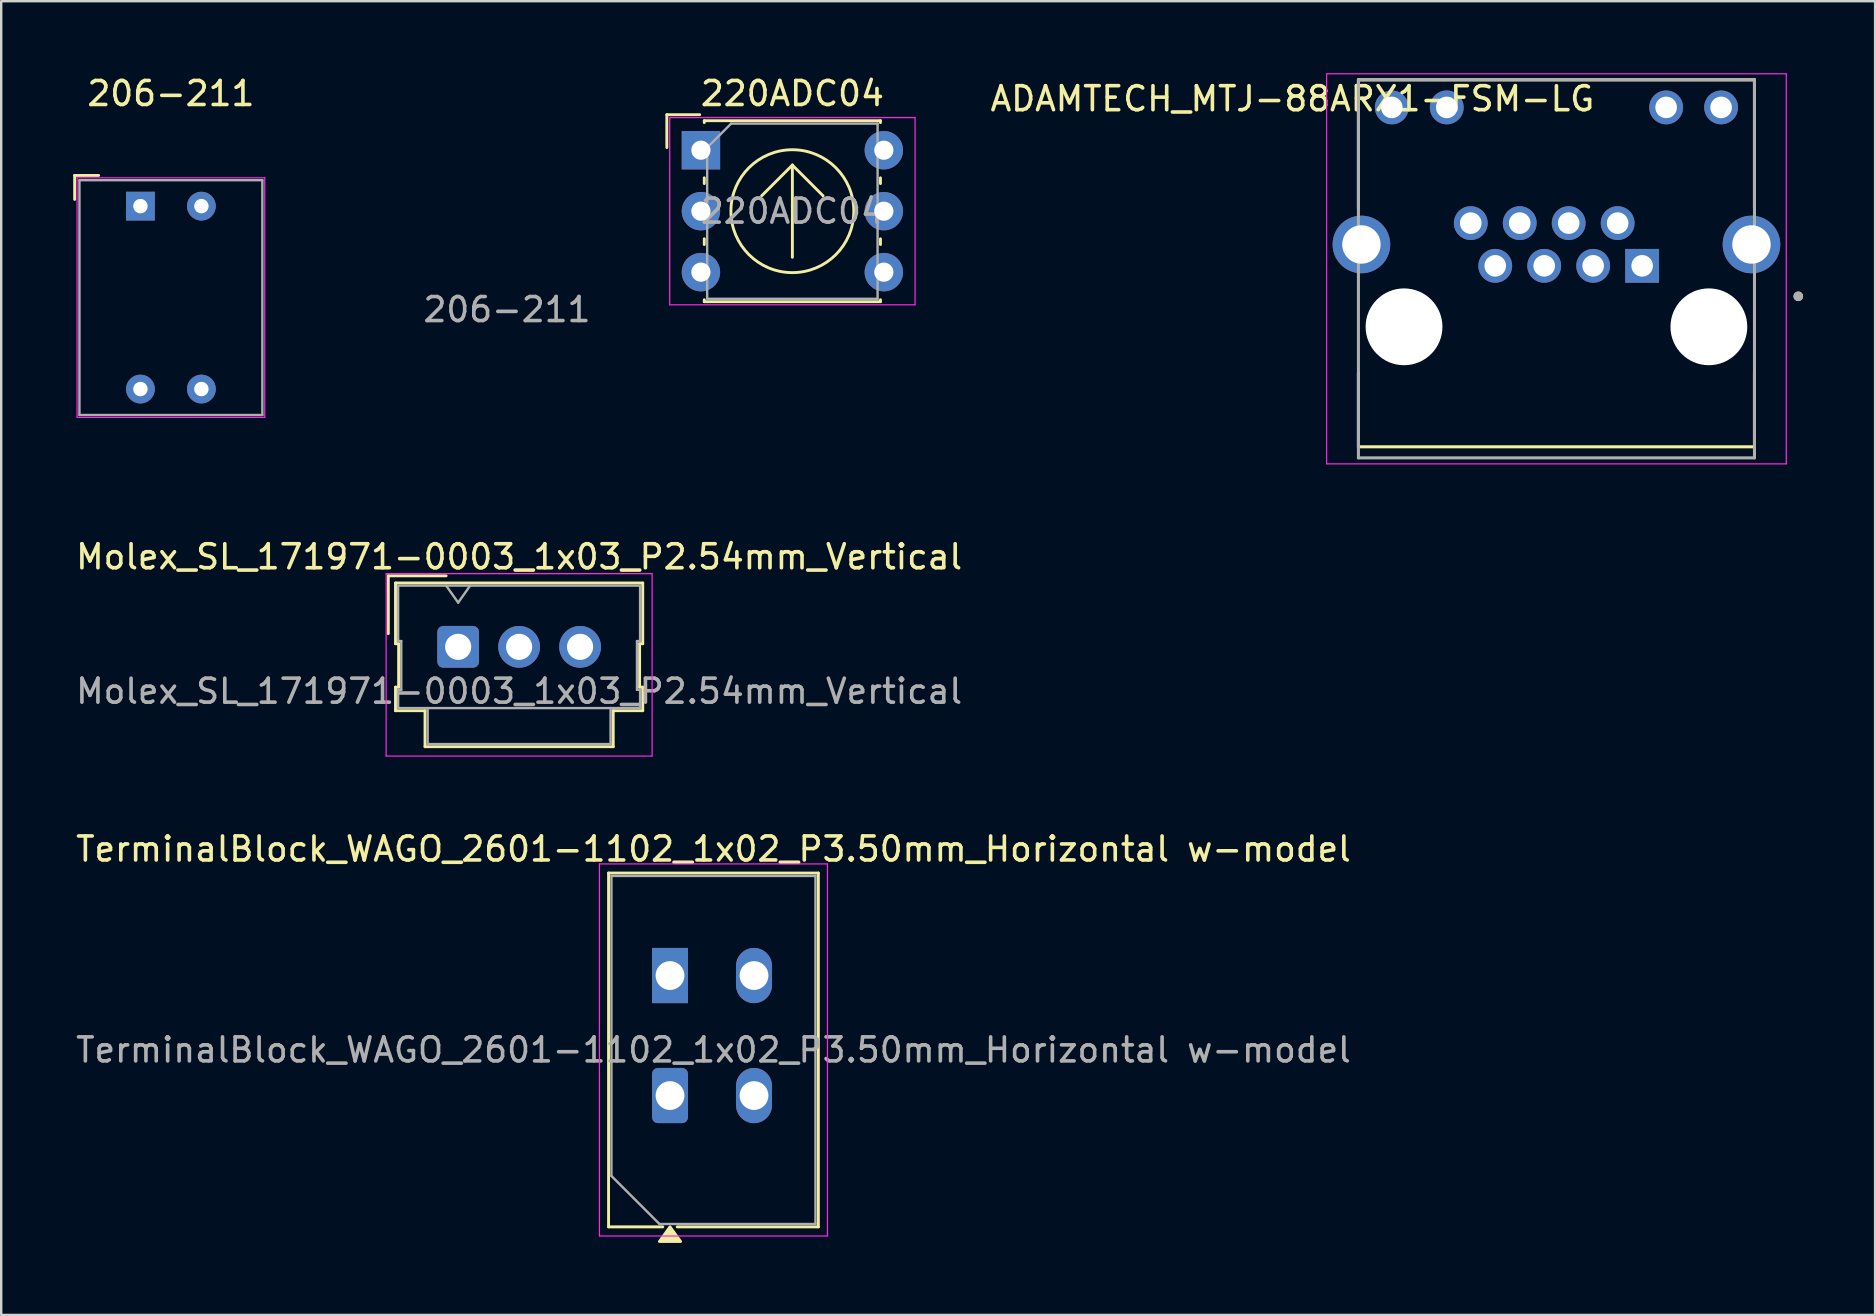
<source format=kicad_pcb>
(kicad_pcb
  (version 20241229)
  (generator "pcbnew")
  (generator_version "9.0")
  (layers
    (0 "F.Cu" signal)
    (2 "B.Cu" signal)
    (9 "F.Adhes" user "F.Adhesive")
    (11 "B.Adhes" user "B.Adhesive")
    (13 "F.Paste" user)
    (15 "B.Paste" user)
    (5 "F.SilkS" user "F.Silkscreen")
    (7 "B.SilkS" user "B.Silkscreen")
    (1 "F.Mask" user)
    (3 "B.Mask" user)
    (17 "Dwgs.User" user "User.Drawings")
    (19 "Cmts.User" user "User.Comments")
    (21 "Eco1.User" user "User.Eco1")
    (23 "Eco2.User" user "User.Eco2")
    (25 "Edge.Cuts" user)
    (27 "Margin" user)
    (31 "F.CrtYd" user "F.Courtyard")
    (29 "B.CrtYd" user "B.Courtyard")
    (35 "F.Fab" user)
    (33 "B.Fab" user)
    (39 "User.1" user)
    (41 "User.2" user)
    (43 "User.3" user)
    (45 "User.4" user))
  (footprint "206-211"
    (layer "F.Cu")
    (at 4.07 9.348)
    (property "Reference" "206-211" (at 0 -8.5 0) (layer "F.SilkS") (effects (font (size 1 1) (thickness 0.15))))
    (attr through_hole)
    (fp_line (start -4.01 -5.09) (end -4.01 -4.09) (stroke (width 0.12) (type solid)) (layer "F.SilkS"))
    (fp_line (start -4.01 -5.09) (end -3.01 -5.09) (stroke (width 0.12) (type solid)) (layer "F.SilkS"))
    (fp_line (start -3.91 -4.99) (end 3.91 -4.99) (stroke (width 0.05) (type solid)) (layer "F.CrtYd"))
    (fp_line (start -3.91 4.99) (end -3.91 -4.99) (stroke (width 0.05) (type solid)) (layer "F.CrtYd"))
    (fp_line (start -3.91 4.99) (end 3.91 4.99) (stroke (width 0.05) (type solid)) (layer "F.CrtYd"))
    (fp_line (start 3.91 4.99) (end 3.91 -4.99) (stroke (width 0.05) (type solid)) (layer "F.CrtYd"))
    (fp_line (start -3.81 -4.89) (end 3.81 -4.89) (stroke (width 0.1) (type solid)) (layer "F.Fab"))
    (fp_line (start -3.81 4.89) (end -3.81 -4.89) (stroke (width 0.1) (type solid)) (layer "F.Fab"))
    (fp_line (start -3.81 4.89) (end 3.81 4.89) (stroke (width 0.1) (type solid)) (layer "F.Fab"))
    (fp_line (start 3.81 4.89) (end 3.81 -4.89) (stroke (width 0.1) (type solid)) (layer "F.Fab"))
    (fp_text user "${REFERENCE}" (at 14 0.5 0) (layer "F.Fab") (effects (font (size 1 1) (thickness 0.15))))
    (pad "1" thru_hole rect (at -1.27 -3.81) (size 1.2 1.2) (drill 0.6) (layers "*.Cu" "*.Mask"))
    (pad "2" thru_hole circle (at -1.27 3.81) (size 1.2 1.2) (drill 0.6) (layers "*.Cu" "*.Mask"))
    (pad "3" thru_hole circle (at 1.27 -3.81) (size 1.2 1.2) (drill 0.6) (layers "*.Cu" "*.Mask"))
    (pad "4" thru_hole circle (at 1.27 3.81) (size 1.2 1.2) (drill 0.6) (layers "*.Cu" "*.Mask")))
  (footprint "ADAMTECH_MTJ-88ARX1-FSM-LG"
    (layer "F.Cu")
    (at 61.793 10.565)
    (property "Reference" "ADAMTECH_MTJ-88ARX1-FSM-LG" (at -11 -9.5 0) (layer "F.SilkS") (effects (font (size 1 1) (thickness 0.15))))
    (attr through_hole)
    (fp_line (start -8.25 -10.29) (end 8.25 -10.29) (stroke (width 0.127) (type solid)) (layer "F.SilkS"))
    (fp_line (start -8.25 -4.95) (end -8.25 -10.29) (stroke (width 0.127) (type solid)) (layer "F.SilkS"))
    (fp_line (start -8.25 5) (end -8.25 1.92) (stroke (width 0.127) (type solid)) (layer "F.SilkS"))
    (fp_line (start 8.25 -10.29) (end 8.25 -4.95) (stroke (width 0.127) (type solid)) (layer "F.SilkS"))
    (fp_line (start 8.25 5) (end -8.25 5) (stroke (width 0.127) (type solid)) (layer "F.SilkS"))
    (fp_line (start 8.25 5) (end 8.25 1.92) (stroke (width 0.127) (type solid)) (layer "F.SilkS"))
    (fp_circle (center 10.075 -1.27) (end 10.175 -1.27) (stroke (width 0.2) (type solid)) (fill no) (layer "F.SilkS"))
    (fp_line (start -9.575 -10.54) (end -9.575 5.71) (stroke (width 0.05) (type solid)) (layer "F.CrtYd"))
    (fp_line (start -9.575 5.71) (end 9.575 5.71) (stroke (width 0.05) (type solid)) (layer "F.CrtYd"))
    (fp_line (start 9.575 -10.54) (end -9.575 -10.54) (stroke (width 0.05) (type solid)) (layer "F.CrtYd"))
    (fp_line (start 9.575 5.71) (end 9.575 -10.54) (stroke (width 0.05) (type solid)) (layer "F.CrtYd"))
    (fp_line (start -8.25 -10.29) (end 8.25 -10.29) (stroke (width 0.127) (type solid)) (layer "F.Fab"))
    (fp_line (start -8.25 5.46) (end -8.25 -10.29) (stroke (width 0.127) (type solid)) (layer "F.Fab"))
    (fp_line (start 8.25 -10.29) (end 8.25 5.46) (stroke (width 0.127) (type solid)) (layer "F.Fab"))
    (fp_line (start 8.25 5.46) (end -8.25 5.46) (stroke (width 0.127) (type solid)) (layer "F.Fab"))
    (fp_circle (center 10.075 -1.27) (end 10.175 -1.27) (stroke (width 0.2) (type solid)) (fill no) (layer "F.Fab"))
    (pad "" np_thru_hole circle (at -6.35 0) (size 3.2 3.2) (drill 3.2) (layers "*.Cu" "*.Mask"))
    (pad "" np_thru_hole circle (at 6.35 0) (size 3.2 3.2) (drill 3.2) (layers "*.Cu" "*.Mask"))
    (pad "1" thru_hole rect (at 3.57 -2.54) (size 1.408 1.408) (drill 0.9) (layers "*.Cu" "*.Mask"))
    (pad "2" thru_hole circle (at 2.55 -4.32) (size 1.408 1.408) (drill 0.9) (layers "*.Cu" "*.Mask"))
    (pad "3" thru_hole circle (at 1.53 -2.54) (size 1.408 1.408) (drill 0.9) (layers "*.Cu" "*.Mask"))
    (pad "4" thru_hole circle (at 0.51 -4.32) (size 1.408 1.408) (drill 0.9) (layers "*.Cu" "*.Mask"))
    (pad "5" thru_hole circle (at -0.51 -2.54) (size 1.408 1.408) (drill 0.9) (layers "*.Cu" "*.Mask"))
    (pad "6" thru_hole circle (at -1.53 -4.32) (size 1.408 1.408) (drill 0.9) (layers "*.Cu" "*.Mask"))
    (pad "7" thru_hole circle (at -2.55 -2.54) (size 1.408 1.408) (drill 0.9) (layers "*.Cu" "*.Mask"))
    (pad "8" thru_hole circle (at -3.57 -4.32) (size 1.408 1.408) (drill 0.9) (layers "*.Cu" "*.Mask"))
    (pad "9" thru_hole circle (at 6.86 -9.14) (size 1.408 1.408) (drill 0.9) (layers "*.Cu" "*.Mask"))
    (pad "10" thru_hole circle (at 4.57 -9.14) (size 1.408 1.408) (drill 0.9) (layers "*.Cu" "*.Mask"))
    (pad "11" thru_hole circle (at -4.57 -9.14) (size 1.408 1.408) (drill 0.9) (layers "*.Cu" "*.Mask"))
    (pad "12" thru_hole circle (at -6.86 -9.14) (size 1.408 1.408) (drill 0.9) (layers "*.Cu" "*.Mask"))
    (pad "SH1" thru_hole circle (at -8.125 -3.43) (size 2.4 2.4) (drill 1.6) (layers "*.Cu" "*.Mask"))
    (pad "SH2" thru_hole circle (at 8.125 -3.43) (size 2.4 2.4) (drill 1.6) (layers "*.Cu" "*.Mask")))
  (footprint "Molex_SL_171971-0003_1x03_P2.54mm_Vertical"
    (layer "F.Cu")
    (at 16.037 23.898)
    (property "Reference" "Molex_SL_171971-0003_1x03_P2.54mm_Vertical" (at 2.54 -3.75 0) (layer "F.SilkS") (effects (font (size 1 1) (thickness 0.15))))
    (attr through_hole)
    (fp_line (start -2.91 -2.96) (end -0.5 -2.96) (stroke (width 0.12) (type solid)) (layer "F.SilkS"))
    (fp_line (start -2.91 -0.55) (end -2.91 -2.96) (stroke (width 0.12) (type solid)) (layer "F.SilkS"))
    (fp_line (start -2.61 -2.66) (end -2.61 -0.13) (stroke (width 0.12) (type solid)) (layer "F.SilkS"))
    (fp_line (start -2.61 -0.13) (end -2.48 -0.13) (stroke (width 0.12) (type solid)) (layer "F.SilkS"))
    (fp_line (start -2.61 1.68) (end -2.61 2.66) (stroke (width 0.12) (type solid)) (layer "F.SilkS"))
    (fp_line (start -2.61 2.66) (end -1.38 2.66) (stroke (width 0.12) (type solid)) (layer "F.SilkS"))
    (fp_line (start -2.48 -0.13) (end -2.48 1.68) (stroke (width 0.12) (type solid)) (layer "F.SilkS"))
    (fp_line (start -2.48 1.68) (end -2.61 1.68) (stroke (width 0.12) (type solid)) (layer "F.SilkS"))
    (fp_line (start -1.38 2.66) (end -1.38 4.16) (stroke (width 0.12) (type solid)) (layer "F.SilkS"))
    (fp_line (start -1.38 4.16) (end 6.46 4.16) (stroke (width 0.12) (type solid)) (layer "F.SilkS"))
    (fp_line (start 6.46 2.66) (end 7.69 2.66) (stroke (width 0.12) (type solid)) (layer "F.SilkS"))
    (fp_line (start 6.46 4.16) (end 6.46 2.66) (stroke (width 0.12) (type solid)) (layer "F.SilkS"))
    (fp_line (start 7.56 -0.13) (end 7.69 -0.13) (stroke (width 0.12) (type solid)) (layer "F.SilkS"))
    (fp_line (start 7.56 1.68) (end 7.56 -0.13) (stroke (width 0.12) (type solid)) (layer "F.SilkS"))
    (fp_line (start 7.69 -2.66) (end -2.61 -2.66) (stroke (width 0.12) (type solid)) (layer "F.SilkS"))
    (fp_line (start 7.69 -0.13) (end 7.69 -2.66) (stroke (width 0.12) (type solid)) (layer "F.SilkS"))
    (fp_line (start 7.69 1.68) (end 7.56 1.68) (stroke (width 0.12) (type solid)) (layer "F.SilkS"))
    (fp_line (start 7.69 2.66) (end 7.69 1.68) (stroke (width 0.12) (type solid)) (layer "F.SilkS"))
    (fp_line (start -3 -3.05) (end -3 4.55) (stroke (width 0.05) (type solid)) (layer "F.CrtYd"))
    (fp_line (start -3 4.55) (end 8.08 4.55) (stroke (width 0.05) (type solid)) (layer "F.CrtYd"))
    (fp_line (start 8.08 -3.05) (end -3 -3.05) (stroke (width 0.05) (type solid)) (layer "F.CrtYd"))
    (fp_line (start 8.08 4.55) (end 8.08 -3.05) (stroke (width 0.05) (type solid)) (layer "F.CrtYd"))
    (fp_line (start -2.5 -2.55) (end -2.5 -0.24) (stroke (width 0.1) (type solid)) (layer "F.Fab"))
    (fp_line (start -2.5 -0.24) (end -2.37 -0.24) (stroke (width 0.1) (type solid)) (layer "F.Fab"))
    (fp_line (start -2.5 1.79) (end -2.5 2.55) (stroke (width 0.1) (type solid)) (layer "F.Fab"))
    (fp_line (start -2.5 2.55) (end 7.58 2.55) (stroke (width 0.1) (type solid)) (layer "F.Fab"))
    (fp_line (start -2.37 -0.24) (end -2.37 1.79) (stroke (width 0.1) (type solid)) (layer "F.Fab"))
    (fp_line (start -2.37 1.79) (end -2.5 1.79) (stroke (width 0.1) (type solid)) (layer "F.Fab"))
    (fp_line (start -1.27 2.55) (end -1.27 4.05) (stroke (width 0.1) (type solid)) (layer "F.Fab"))
    (fp_line (start -1.27 4.05) (end 6.35 4.05) (stroke (width 0.1) (type solid)) (layer "F.Fab"))
    (fp_line (start 0 -1.843) (end -0.5 -2.55) (stroke (width 0.1) (type solid)) (layer "F.Fab"))
    (fp_line (start 0.5 -2.55) (end 0 -1.843) (stroke (width 0.1) (type solid)) (layer "F.Fab"))
    (fp_line (start 6.35 4.05) (end 6.35 2.55) (stroke (width 0.1) (type solid)) (layer "F.Fab"))
    (fp_line (start 7.45 -0.24) (end 7.58 -0.24) (stroke (width 0.1) (type solid)) (layer "F.Fab"))
    (fp_line (start 7.45 1.79) (end 7.45 -0.24) (stroke (width 0.1) (type solid)) (layer "F.Fab"))
    (fp_line (start 7.58 -2.55) (end -2.5 -2.55) (stroke (width 0.1) (type solid)) (layer "F.Fab"))
    (fp_line (start 7.58 -0.24) (end 7.58 -2.55) (stroke (width 0.1) (type solid)) (layer "F.Fab"))
    (fp_line (start 7.58 1.79) (end 7.45 1.79) (stroke (width 0.1) (type solid)) (layer "F.Fab"))
    (fp_line (start 7.58 2.55) (end 7.58 1.79) (stroke (width 0.1) (type solid)) (layer "F.Fab"))
    (fp_text user "${REFERENCE}" (at 2.54 1.85 0) (layer "F.Fab") (effects (font (size 1 1) (thickness 0.15))))
    (pad "1" thru_hole roundrect (at 0 0) (size 1.74 1.74) (drill 1.09) (layers "*.Cu" "*.Mask") (roundrect_rratio 0.144))
    (pad "2" thru_hole circle (at 2.54 0) (size 1.74 1.74) (drill 1.09) (layers "*.Cu" "*.Mask"))
    (pad "3" thru_hole circle (at 5.08 0) (size 1.74 1.74) (drill 1.09) (layers "*.Cu" "*.Mask")))
  (footprint "220ADC04"
    (layer "F.Cu")
    (at 26.151 3.208)
    (property "Reference" "220ADC04" (at 3.81 -2.36 0) (layer "F.SilkS") (effects (font (size 1 1) (thickness 0.15))))
    (attr through_hole)
    (fp_line (start -1.42 -1.48) (end -0.05 -1.48) (stroke (width 0.12) (type solid)) (layer "F.SilkS"))
    (fp_line (start -1.42 -0.11) (end -1.42 -1.48) (stroke (width 0.12) (type solid)) (layer "F.SilkS"))
    (fp_line (start 0.14 -1.23) (end 7.48 -1.23) (stroke (width 0.12) (type solid)) (layer "F.SilkS"))
    (fp_line (start 0.14 -1.15) (end 0.14 -1.23) (stroke (width 0.12) (type solid)) (layer "F.SilkS"))
    (fp_line (start 0.14 1.15) (end 0.14 1.39) (stroke (width 0.12) (type solid)) (layer "F.SilkS"))
    (fp_line (start 0.14 3.69) (end 0.14 3.93) (stroke (width 0.12) (type solid)) (layer "F.SilkS"))
    (fp_line (start 0.14 6.23) (end 0.14 6.31) (stroke (width 0.12) (type solid)) (layer "F.SilkS"))
    (fp_line (start 0.14 6.31) (end 7.48 6.31) (stroke (width 0.12) (type solid)) (layer "F.SilkS"))
    (fp_line (start 2.53 1.9) (end 3.81 0.62) (stroke (width 0.12) (type solid)) (layer "F.SilkS"))
    (fp_line (start 3.81 0.62) (end 3.81 4.46) (stroke (width 0.12) (type solid)) (layer "F.SilkS"))
    (fp_line (start 3.81 0.62) (end 5.09 1.9) (stroke (width 0.12) (type solid)) (layer "F.SilkS"))
    (fp_line (start 7.48 -1.23) (end 7.48 -1.15) (stroke (width 0.12) (type solid)) (layer "F.SilkS"))
    (fp_line (start 7.48 1.15) (end 7.48 1.39) (stroke (width 0.12) (type solid)) (layer "F.SilkS"))
    (fp_line (start 7.48 3.69) (end 7.48 3.93) (stroke (width 0.12) (type solid)) (layer "F.SilkS"))
    (fp_line (start 7.48 6.31) (end 7.48 6.23) (stroke (width 0.12) (type solid)) (layer "F.SilkS"))
    (fp_circle (center 3.81 2.54) (end 6.37 2.54) (stroke (width 0.12) (type solid)) (fill no) (layer "F.SilkS"))
    (fp_line (start -1.3 -1.36) (end -1.3 6.44) (stroke (width 0.05) (type solid)) (layer "F.CrtYd"))
    (fp_line (start -1.3 6.44) (end 8.92 6.44) (stroke (width 0.05) (type solid)) (layer "F.CrtYd"))
    (fp_line (start 8.92 -1.36) (end -1.3 -1.36) (stroke (width 0.05) (type solid)) (layer "F.CrtYd"))
    (fp_line (start 8.92 6.44) (end 8.92 -1.36) (stroke (width 0.05) (type solid)) (layer "F.CrtYd"))
    (fp_line (start 0.26 -0.11) (end 1.26 -1.11) (stroke (width 0.1) (type solid)) (layer "F.Fab"))
    (fp_line (start 0.26 6.19) (end 0.26 -0.11) (stroke (width 0.1) (type solid)) (layer "F.Fab"))
    (fp_line (start 1.26 -1.11) (end 7.36 -1.11) (stroke (width 0.1) (type solid)) (layer "F.Fab"))
    (fp_line (start 7.36 -1.11) (end 7.36 6.19) (stroke (width 0.1) (type solid)) (layer "F.Fab"))
    (fp_line (start 7.36 6.19) (end 0.26 6.19) (stroke (width 0.1) (type solid)) (layer "F.Fab"))
    (fp_text user "${REFERENCE}" (at 3.81 2.54 0) (layer "F.Fab") (effects (font (size 1 1) (thickness 0.15))))
    (pad "0" thru_hole oval (at 0 5.08) (size 1.6 1.6) (drill 0.8) (layers "*.Cu" "*.Mask"))
    (pad "1" thru_hole rect (at 0 0) (size 1.6 1.6) (drill 0.8) (layers "*.Cu" "*.Mask"))
    (pad "2" thru_hole oval (at 7.62 0) (size 1.6 1.6) (drill 0.8) (layers "*.Cu" "*.Mask"))
    (pad "3" thru_hole oval (at 7.62 5.08) (size 1.6 1.6) (drill 0.8) (layers "*.Cu" "*.Mask"))
    (pad "C" thru_hole oval (at 0 2.54) (size 1.6 1.6) (drill 0.8) (layers "*.Cu" "*.Mask"))
    (pad "C" thru_hole oval (at 7.62 2.54) (size 1.6 1.6) (drill 0.8) (layers "*.Cu" "*.Mask")))
  (footprint "TerminalBlock_WAGO_2601-1102_1x02_P3.50mm_Horizontal w-model"
    (layer "F.Cu")
    (at 24.863 42.592)
    (property "Reference" "TerminalBlock_WAGO_2601-1102_1x02_P3.50mm_Horizontal w-model" (at 1.81 -10.27 0) (layer "F.SilkS") (effects (font (size 1 1) (thickness 0.15))))
    (attr through_hole)
    (fp_line (start -2.56 -9.27) (end 6.18 -9.27) (stroke (width 0.12) (type solid)) (layer "F.SilkS"))
    (fp_line (start -2.56 5.47) (end -2.56 -9.27) (stroke (width 0.12) (type solid)) (layer "F.SilkS"))
    (fp_line (start -0.3 5.47) (end -2.56 5.47) (stroke (width 0.12) (type solid)) (layer "F.SilkS"))
    (fp_line (start 6.18 -9.27) (end 6.18 5.47) (stroke (width 0.12) (type solid)) (layer "F.SilkS"))
    (fp_line (start 6.18 5.47) (end 0.3 5.47) (stroke (width 0.12) (type solid)) (layer "F.SilkS"))
    (fp_poly (pts (xy 0 5.47) (xy 0.44 6.08) (xy -0.44 6.08)) (stroke (width 0.12) (type solid)) (fill yes) (layer "F.SilkS"))
    (fp_line (start -2.94 -9.65) (end -2.94 5.85) (stroke (width 0.05) (type solid)) (layer "F.CrtYd"))
    (fp_line (start -2.94 5.85) (end 6.56 5.85) (stroke (width 0.05) (type solid)) (layer "F.CrtYd"))
    (fp_line (start 6.56 -9.65) (end -2.94 -9.65) (stroke (width 0.05) (type solid)) (layer "F.CrtYd"))
    (fp_line (start 6.56 5.85) (end 6.56 -9.65) (stroke (width 0.05) (type solid)) (layer "F.CrtYd"))
    (fp_line (start -2.44 -9.15) (end 6.06 -9.15) (stroke (width 0.1) (type solid)) (layer "F.Fab"))
    (fp_line (start -2.44 3.35) (end -2.44 -9.15) (stroke (width 0.1) (type solid)) (layer "F.Fab"))
    (fp_line (start -0.44 5.35) (end -2.44 3.35) (stroke (width 0.1) (type solid)) (layer "F.Fab"))
    (fp_line (start 6.06 -9.15) (end 6.06 5.35) (stroke (width 0.1) (type solid)) (layer "F.Fab"))
    (fp_line (start 6.06 5.35) (end -0.44 5.35) (stroke (width 0.1) (type solid)) (layer "F.Fab"))
    (fp_text user "${REFERENCE}" (at 1.81 -1.9 0) (layer "F.Fab") (effects (font (size 1 1) (thickness 0.15))))
    (pad "1" thru_hole rect (at 0 -5) (size 1.5 2.3) (drill 1.2) (layers "*.Cu" "*.Mask"))
    (pad "1" thru_hole roundrect (at 0 0) (size 1.5 2.3) (drill 1.2) (layers "*.Cu" "*.Mask") (roundrect_rratio 0.167))
    (pad "2" thru_hole oval (at 3.5 -5) (size 1.5 2.3) (drill 1.2) (layers "*.Cu" "*.Mask"))
    (pad "2" thru_hole oval (at 3.5 0) (size 1.5 2.3) (drill 1.2) (layers "*.Cu" "*.Mask")))
  (gr_rect
    (start -3 -3)
    (end 75.068 51.731)
    (stroke (width 0.1) (type default))
    (fill no)
    (layer "Edge.Cuts")))
</source>
